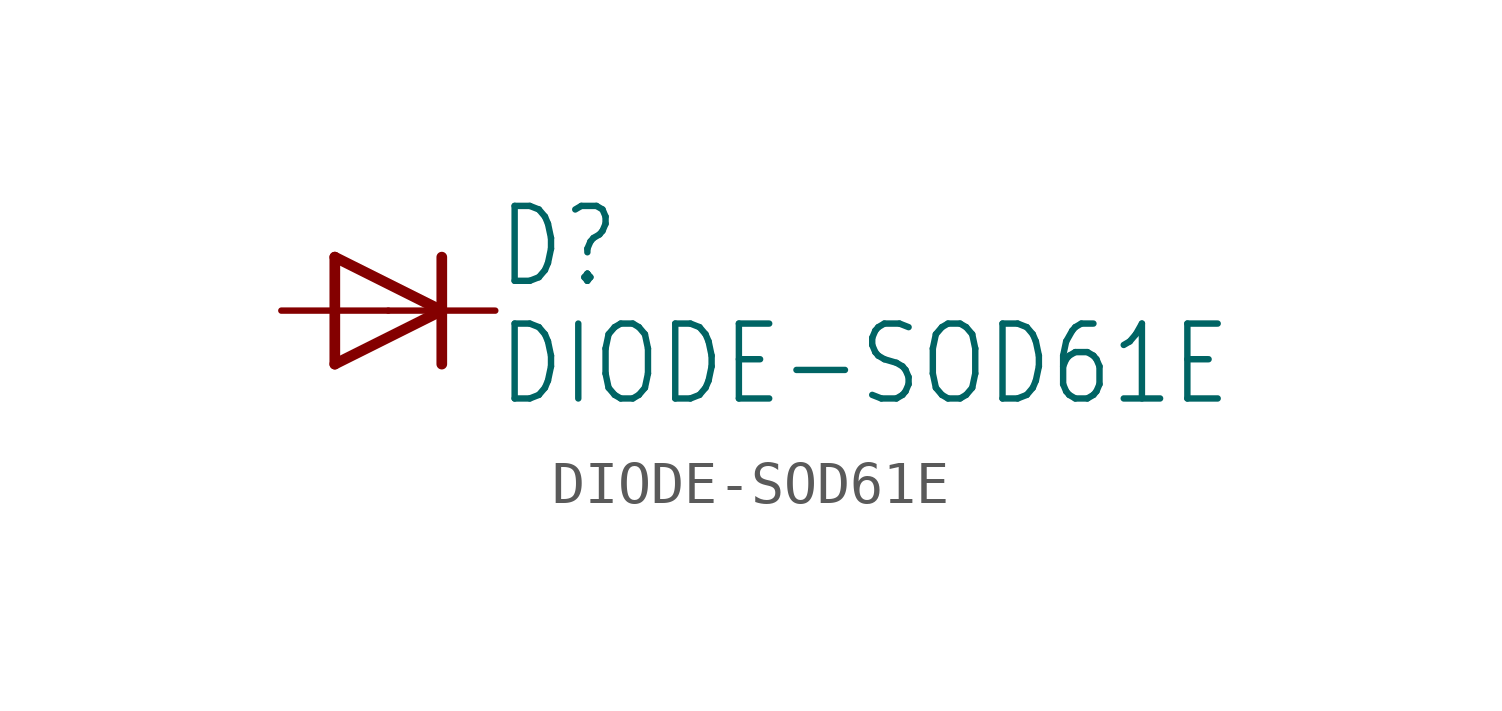
<source format=kicad_sym>
(kicad_symbol_lib
  (version 20211014)
  (generator kicad_symbol_editor)
  (symbol "DIODE-SOD61E"
    (property "Reference" "D"
      (at 2.54 0.483 0)
      (effects (font (size 1.778 1.511)) (justify left bottom)))
    (property "Value" "DIODE-SOD61E"
      (at 2.54 -2.311 0)
      (effects (font (size 1.778 1.511)) (justify left bottom)))
    (property "ki_locked" ""
      (at 0 0 0)
      (effects (font (size 1.27 1.27))))
    (symbol "DIODE-SOD61E_1_0"
      (polyline (pts (xy -1.27 -1.27) (xy 1.27 0)) (stroke (width 0.254) (type default) (color 0 0 0 0)) (fill (type none)))
      (polyline (pts (xy -1.27 1.27) (xy -1.27 -1.27)) (stroke (width 0.254) (type default) (color 0 0 0 0)) (fill (type none)))
      (polyline (pts (xy 1.27 0) (xy -1.27 1.27)) (stroke (width 0.254) (type default) (color 0 0 0 0)) (fill (type none)))
      (polyline (pts (xy 1.27 0) (xy 1.27 -1.27)) (stroke (width 0.254) (type default) (color 0 0 0 0)) (fill (type none)))
      (polyline (pts (xy 1.27 1.27) (xy 1.27 0)) (stroke (width 0.254) (type default) (color 0 0 0 0)) (fill (type none)))
      (pin passive line (at -2.54 0 0) (length 2.54) (name "A" (effects (font (size 0 0)))) (number "A" (effects (font (size 0 0)))))
      (pin passive line (at 2.54 0 180) (length 2.54) (name "C" (effects (font (size 0 0)))) (number "C" (effects (font (size 0 0))))))))
</source>
